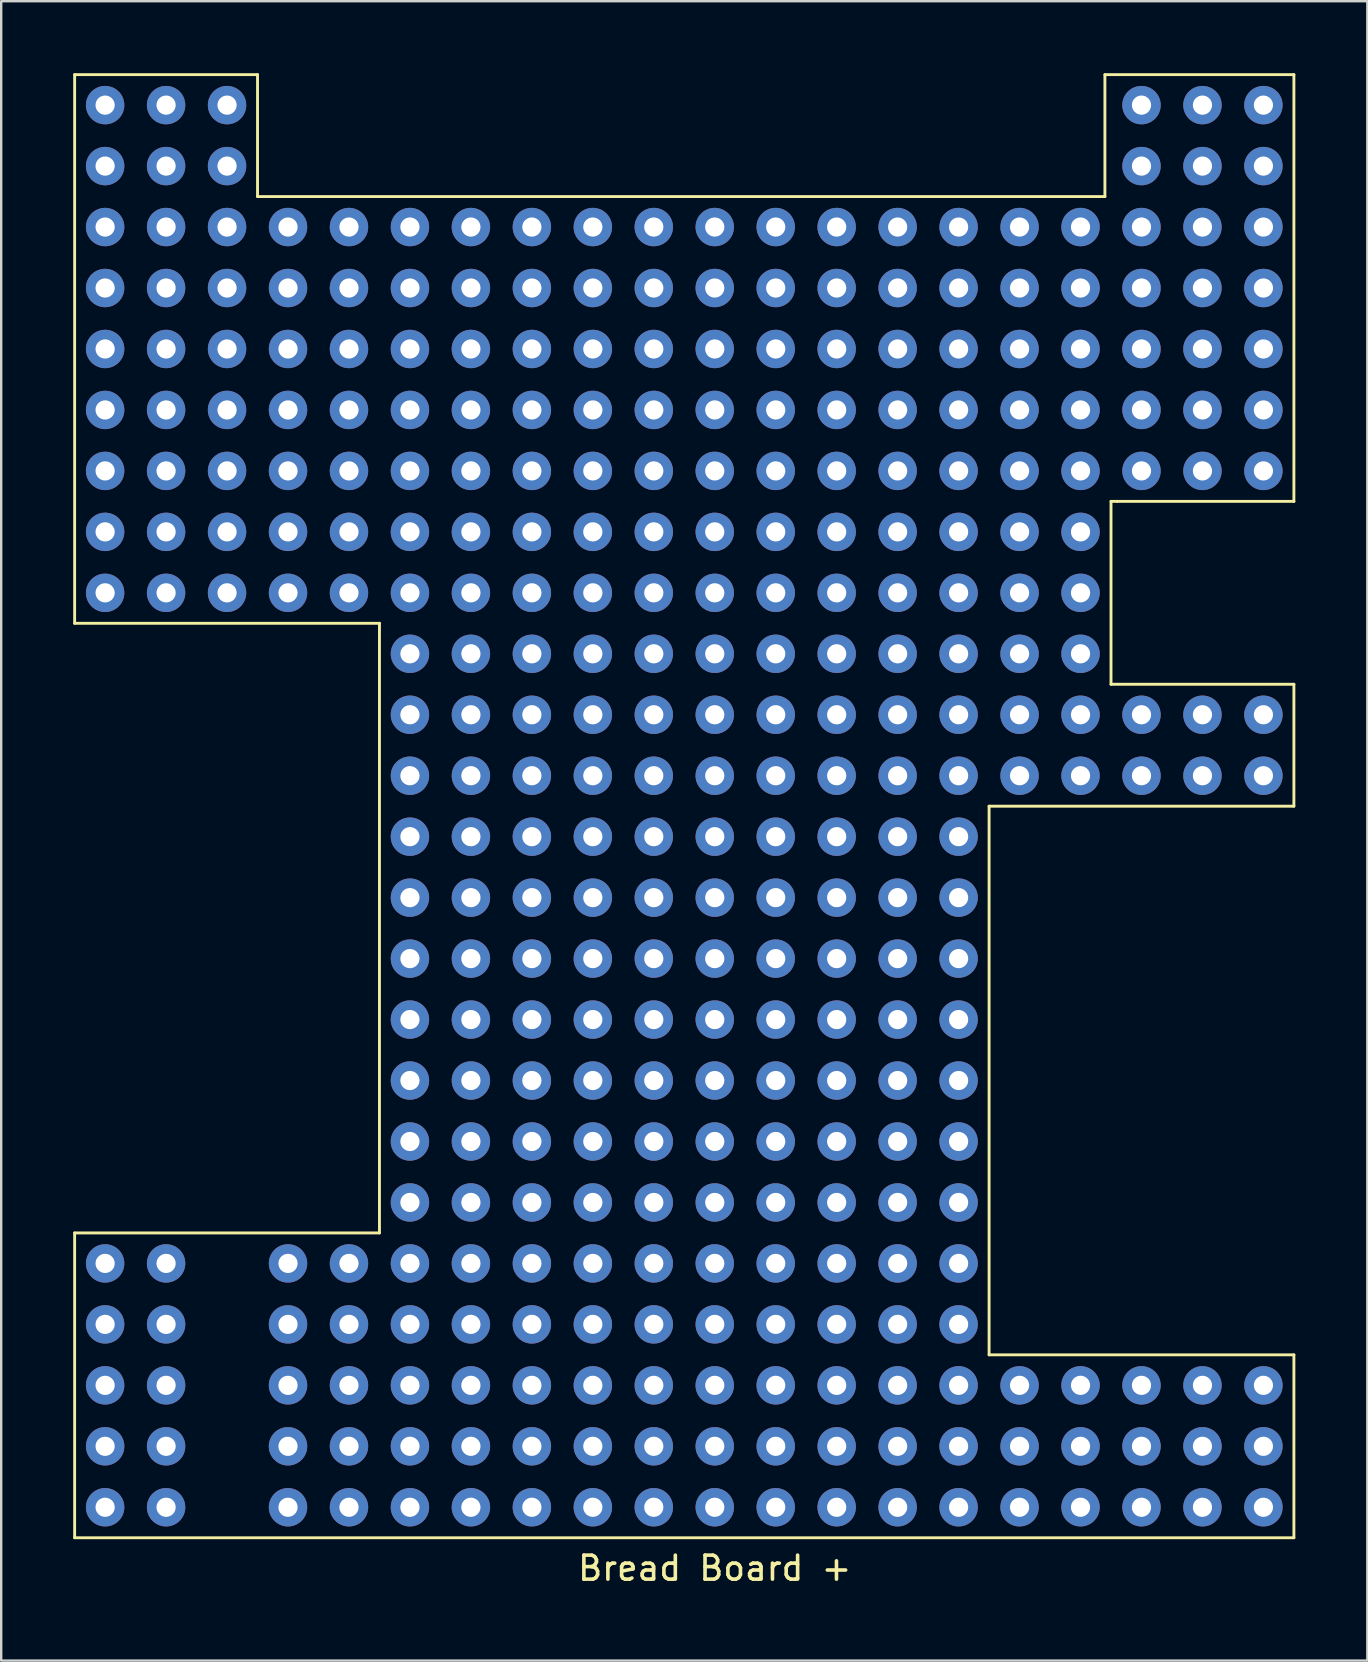
<source format=kicad_pcb>
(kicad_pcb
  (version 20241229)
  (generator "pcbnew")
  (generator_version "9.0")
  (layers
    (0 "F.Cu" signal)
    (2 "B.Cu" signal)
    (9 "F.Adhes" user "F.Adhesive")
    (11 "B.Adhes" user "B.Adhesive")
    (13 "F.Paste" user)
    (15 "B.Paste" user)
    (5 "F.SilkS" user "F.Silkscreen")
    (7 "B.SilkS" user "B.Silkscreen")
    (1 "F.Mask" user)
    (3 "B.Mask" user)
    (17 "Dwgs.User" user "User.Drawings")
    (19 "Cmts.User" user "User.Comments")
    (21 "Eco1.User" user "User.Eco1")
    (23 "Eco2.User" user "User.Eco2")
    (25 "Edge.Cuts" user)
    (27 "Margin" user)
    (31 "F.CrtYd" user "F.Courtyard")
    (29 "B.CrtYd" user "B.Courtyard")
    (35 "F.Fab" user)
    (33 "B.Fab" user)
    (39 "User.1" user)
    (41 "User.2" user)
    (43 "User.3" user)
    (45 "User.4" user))
  (footprint "Bread Board +"
    (layer "F.Cu")
    (at 26.73 34.35)
    (property "Reference" "Bread Board +" (at 0 27.94 0) (layer "F.SilkS") (effects (font (size 1 1) (thickness 0.15))))
    (attr through_hole)
    (fp_line (start -26.67 -34.29) (end -26.67 -11.43) (stroke (width 0.12) (type solid)) (layer "F.SilkS"))
    (fp_line (start -26.67 -11.43) (end -13.97 -11.43) (stroke (width 0.12) (type solid)) (layer "F.SilkS"))
    (fp_line (start -26.67 26.67) (end -26.67 13.97) (stroke (width 0.12) (type solid)) (layer "F.SilkS"))
    (fp_line (start -19.05 -34.29) (end -26.67 -34.29) (stroke (width 0.12) (type solid)) (layer "F.SilkS"))
    (fp_line (start -19.05 -34.29) (end -19.05 -29.21) (stroke (width 0.12) (type solid)) (layer "F.SilkS"))
    (fp_line (start -19.05 -29.21) (end 16.256 -29.21) (stroke (width 0.12) (type solid)) (layer "F.SilkS"))
    (fp_line (start -13.97 -11.43) (end -13.97 13.97) (stroke (width 0.12) (type solid)) (layer "F.SilkS"))
    (fp_line (start -13.97 13.97) (end -26.67 13.97) (stroke (width 0.12) (type solid)) (layer "F.SilkS"))
    (fp_line (start 11.43 -3.81) (end 11.43 19.05) (stroke (width 0.12) (type solid)) (layer "F.SilkS"))
    (fp_line (start 11.43 19.05) (end 24.13 19.05) (stroke (width 0.12) (type solid)) (layer "F.SilkS"))
    (fp_line (start 16.256 -34.29) (end 24.13 -34.29) (stroke (width 0.12) (type solid)) (layer "F.SilkS"))
    (fp_line (start 16.256 -29.21) (end 16.256 -34.29) (stroke (width 0.12) (type solid)) (layer "F.SilkS"))
    (fp_line (start 16.51 -16.51) (end 16.51 -8.89) (stroke (width 0.12) (type solid)) (layer "F.SilkS"))
    (fp_line (start 16.51 -8.89) (end 24.13 -8.89) (stroke (width 0.12) (type solid)) (layer "F.SilkS"))
    (fp_line (start 16.764 -16.51) (end 16.51 -16.51) (stroke (width 0.12) (type solid)) (layer "F.SilkS"))
    (fp_line (start 24.13 -16.51) (end 16.764 -16.51) (stroke (width 0.12) (type solid)) (layer "F.SilkS"))
    (fp_line (start 24.13 -16.51) (end 24.13 -34.29) (stroke (width 0.12) (type solid)) (layer "F.SilkS"))
    (fp_line (start 24.13 -8.89) (end 24.13 -3.81) (stroke (width 0.12) (type solid)) (layer "F.SilkS"))
    (fp_line (start 24.13 -3.81) (end 11.43 -3.81) (stroke (width 0.12) (type solid)) (layer "F.SilkS"))
    (fp_line (start 24.13 19.05) (end 24.13 26.67) (stroke (width 0.12) (type solid)) (layer "F.SilkS"))
    (fp_line (start 24.13 26.67) (end -26.67 26.67) (stroke (width 0.12) (type solid)) (layer "F.SilkS"))
    (pad "1" thru_hole circle (at -25.4 25.4) (size 1.6 1.6) (drill 0.8) (layers "*.Cu" "*.Mask"))
    (pad "2" thru_hole circle (at -25.4 22.86) (size 1.6 1.6) (drill 0.8) (layers "*.Cu" "*.Mask"))
    (pad "3" thru_hole circle (at -25.4 20.32) (size 1.6 1.6) (drill 0.8) (layers "*.Cu" "*.Mask"))
    (pad "4" thru_hole circle (at -25.4 17.78) (size 1.6 1.6) (drill 0.8) (layers "*.Cu" "*.Mask"))
    (pad "5" thru_hole circle (at -25.4 15.24) (size 1.6 1.6) (drill 0.8) (layers "*.Cu" "*.Mask"))
    (pad "16" thru_hole circle (at -25.4 -12.7) (size 1.6 1.6) (drill 0.8) (layers "*.Cu" "*.Mask"))
    (pad "17" thru_hole circle (at -25.4 -15.24) (size 1.6 1.6) (drill 0.8) (layers "*.Cu" "*.Mask"))
    (pad "18" thru_hole circle (at -25.4 -17.78) (size 1.6 1.6) (drill 0.8) (layers "*.Cu" "*.Mask"))
    (pad "19" thru_hole circle (at -25.4 -20.32) (size 1.6 1.6) (drill 0.8) (layers "*.Cu" "*.Mask"))
    (pad "20" thru_hole circle (at -25.4 -22.86) (size 1.6 1.6) (drill 0.8) (layers "*.Cu" "*.Mask"))
    (pad "21" thru_hole circle (at -25.4 -25.4) (size 1.6 1.6) (drill 0.8) (layers "*.Cu" "*.Mask"))
    (pad "22" thru_hole circle (at -25.4 -27.94) (size 1.6 1.6) (drill 0.8) (layers "*.Cu" "*.Mask"))
    (pad "23" thru_hole circle (at -25.4 -30.48) (size 1.6 1.6) (drill 0.8) (layers "*.Cu" "*.Mask"))
    (pad "24" thru_hole circle (at -25.4 -33.02) (size 1.6 1.6) (drill 0.8) (layers "*.Cu" "*.Mask"))
    (pad "31" thru_hole circle (at -22.86 -33.02) (size 1.6 1.6) (drill 0.8) (layers "*.Cu" "*.Mask"))
    (pad "32" thru_hole circle (at -22.86 -30.48) (size 1.6 1.6) (drill 0.8) (layers "*.Cu" "*.Mask"))
    (pad "33" thru_hole circle (at -22.86 -27.94) (size 1.6 1.6) (drill 0.8) (layers "*.Cu" "*.Mask"))
    (pad "34" thru_hole circle (at -22.86 -25.4) (size 1.6 1.6) (drill 0.8) (layers "*.Cu" "*.Mask"))
    (pad "35" thru_hole circle (at -22.86 -22.86) (size 1.6 1.6) (drill 0.8) (layers "*.Cu" "*.Mask"))
    (pad "36" thru_hole circle (at -22.86 -20.32) (size 1.6 1.6) (drill 0.8) (layers "*.Cu" "*.Mask"))
    (pad "37" thru_hole circle (at -22.86 -17.78) (size 1.6 1.6) (drill 0.8) (layers "*.Cu" "*.Mask"))
    (pad "38" thru_hole circle (at -22.86 -15.24) (size 1.6 1.6) (drill 0.8) (layers "*.Cu" "*.Mask"))
    (pad "39" thru_hole circle (at -22.86 -12.7) (size 1.6 1.6) (drill 0.8) (layers "*.Cu" "*.Mask"))
    (pad "50" thru_hole circle (at -22.86 15.24) (size 1.6 1.6) (drill 0.8) (layers "*.Cu" "*.Mask"))
    (pad "51" thru_hole circle (at -22.86 17.78) (size 1.6 1.6) (drill 0.8) (layers "*.Cu" "*.Mask"))
    (pad "52" thru_hole circle (at -22.86 20.32) (size 1.6 1.6) (drill 0.8) (layers "*.Cu" "*.Mask"))
    (pad "53" thru_hole circle (at -22.86 22.86) (size 1.6 1.6) (drill 0.8) (layers "*.Cu" "*.Mask"))
    (pad "54" thru_hole circle (at -22.86 25.4) (size 1.6 1.6) (drill 0.8) (layers "*.Cu" "*.Mask"))
    (pad "70" thru_hole circle (at -20.32 -12.7) (size 1.6 1.6) (drill 0.8) (layers "*.Cu" "*.Mask"))
    (pad "71" thru_hole circle (at -20.32 -15.24) (size 1.6 1.6) (drill 0.8) (layers "*.Cu" "*.Mask"))
    (pad "72" thru_hole circle (at -20.32 -17.78) (size 1.6 1.6) (drill 0.8) (layers "*.Cu" "*.Mask"))
    (pad "73" thru_hole circle (at -20.32 -20.32) (size 1.6 1.6) (drill 0.8) (layers "*.Cu" "*.Mask"))
    (pad "74" thru_hole circle (at -20.32 -22.86) (size 1.6 1.6) (drill 0.8) (layers "*.Cu" "*.Mask"))
    (pad "75" thru_hole circle (at -20.32 -25.4) (size 1.6 1.6) (drill 0.8) (layers "*.Cu" "*.Mask"))
    (pad "76" thru_hole circle (at -20.32 -27.94) (size 1.6 1.6) (drill 0.8) (layers "*.Cu" "*.Mask"))
    (pad "77" thru_hole circle (at -20.32 -30.48) (size 1.6 1.6) (drill 0.8) (layers "*.Cu" "*.Mask"))
    (pad "78" thru_hole circle (at -20.32 -33.02) (size 1.6 1.6) (drill 0.8) (layers "*.Cu" "*.Mask"))
    (pad "87" thru_hole circle (at -17.78 -27.94) (size 1.6 1.6) (drill 0.8) (layers "*.Cu" "*.Mask"))
    (pad "88" thru_hole circle (at -17.78 -25.4) (size 1.6 1.6) (drill 0.8) (layers "*.Cu" "*.Mask"))
    (pad "89" thru_hole circle (at -17.78 -22.86) (size 1.6 1.6) (drill 0.8) (layers "*.Cu" "*.Mask"))
    (pad "90" thru_hole circle (at -17.78 -20.32) (size 1.6 1.6) (drill 0.8) (layers "*.Cu" "*.Mask"))
    (pad "91" thru_hole circle (at -17.78 -17.78) (size 1.6 1.6) (drill 0.8) (layers "*.Cu" "*.Mask"))
    (pad "92" thru_hole circle (at -17.78 -15.24) (size 1.6 1.6) (drill 0.8) (layers "*.Cu" "*.Mask"))
    (pad "93" thru_hole circle (at -17.78 -12.7) (size 1.6 1.6) (drill 0.8) (layers "*.Cu" "*.Mask"))
    (pad "104" thru_hole circle (at -17.78 15.24) (size 1.6 1.6) (drill 0.8) (layers "*.Cu" "*.Mask"))
    (pad "105" thru_hole circle (at -17.78 17.78) (size 1.6 1.6) (drill 0.8) (layers "*.Cu" "*.Mask"))
    (pad "106" thru_hole circle (at -17.78 20.32) (size 1.6 1.6) (drill 0.8) (layers "*.Cu" "*.Mask"))
    (pad "107" thru_hole circle (at -17.78 22.86) (size 1.6 1.6) (drill 0.8) (layers "*.Cu" "*.Mask"))
    (pad "108" thru_hole circle (at -17.78 25.4) (size 1.6 1.6) (drill 0.8) (layers "*.Cu" "*.Mask"))
    (pad "109" thru_hole circle (at -15.24 25.4) (size 1.6 1.6) (drill 0.8) (layers "*.Cu" "*.Mask"))
    (pad "110" thru_hole circle (at -15.24 22.86) (size 1.6 1.6) (drill 0.8) (layers "*.Cu" "*.Mask"))
    (pad "111" thru_hole circle (at -15.24 20.32) (size 1.6 1.6) (drill 0.8) (layers "*.Cu" "*.Mask"))
    (pad "112" thru_hole circle (at -15.24 17.78) (size 1.6 1.6) (drill 0.8) (layers "*.Cu" "*.Mask"))
    (pad "113" thru_hole circle (at -15.24 15.24) (size 1.6 1.6) (drill 0.8) (layers "*.Cu" "*.Mask"))
    (pad "124" thru_hole circle (at -15.24 -12.7) (size 1.6 1.6) (drill 0.8) (layers "*.Cu" "*.Mask"))
    (pad "125" thru_hole circle (at -15.24 -15.24) (size 1.6 1.6) (drill 0.8) (layers "*.Cu" "*.Mask"))
    (pad "126" thru_hole circle (at -15.24 -17.78) (size 1.6 1.6) (drill 0.8) (layers "*.Cu" "*.Mask"))
    (pad "127" thru_hole circle (at -15.24 -20.32) (size 1.6 1.6) (drill 0.8) (layers "*.Cu" "*.Mask"))
    (pad "128" thru_hole circle (at -15.24 -22.86) (size 1.6 1.6) (drill 0.8) (layers "*.Cu" "*.Mask"))
    (pad "129" thru_hole circle (at -15.24 -25.4) (size 1.6 1.6) (drill 0.8) (layers "*.Cu" "*.Mask"))
    (pad "130" thru_hole circle (at -15.24 -27.94) (size 1.6 1.6) (drill 0.8) (layers "*.Cu" "*.Mask"))
    (pad "141" thru_hole circle (at -12.7 -27.94) (size 1.6 1.6) (drill 0.8) (layers "*.Cu" "*.Mask"))
    (pad "142" thru_hole circle (at -12.7 -25.4) (size 1.6 1.6) (drill 0.8) (layers "*.Cu" "*.Mask"))
    (pad "143" thru_hole circle (at -12.7 -22.86) (size 1.6 1.6) (drill 0.8) (layers "*.Cu" "*.Mask"))
    (pad "144" thru_hole circle (at -12.7 -20.32) (size 1.6 1.6) (drill 0.8) (layers "*.Cu" "*.Mask"))
    (pad "145" thru_hole circle (at -12.7 -17.78) (size 1.6 1.6) (drill 0.8) (layers "*.Cu" "*.Mask"))
    (pad "146" thru_hole circle (at -12.7 -15.24) (size 1.6 1.6) (drill 0.8) (layers "*.Cu" "*.Mask"))
    (pad "147" thru_hole circle (at -12.7 -12.7) (size 1.6 1.6) (drill 0.8) (layers "*.Cu" "*.Mask"))
    (pad "148" thru_hole circle (at -12.7 -10.16) (size 1.6 1.6) (drill 0.8) (layers "*.Cu" "*.Mask"))
    (pad "149" thru_hole circle (at -12.7 -7.62) (size 1.6 1.6) (drill 0.8) (layers "*.Cu" "*.Mask"))
    (pad "150" thru_hole circle (at -12.7 -5.08) (size 1.6 1.6) (drill 0.8) (layers "*.Cu" "*.Mask"))
    (pad "151" thru_hole circle (at -12.7 -2.54) (size 1.6 1.6) (drill 0.8) (layers "*.Cu" "*.Mask"))
    (pad "152" thru_hole circle (at -12.7 0) (size 1.6 1.6) (drill 0.8) (layers "*.Cu" "*.Mask"))
    (pad "153" thru_hole circle (at -12.7 2.54) (size 1.6 1.6) (drill 0.8) (layers "*.Cu" "*.Mask"))
    (pad "154" thru_hole circle (at -12.7 5.08) (size 1.6 1.6) (drill 0.8) (layers "*.Cu" "*.Mask"))
    (pad "155" thru_hole circle (at -12.7 7.62) (size 1.6 1.6) (drill 0.8) (layers "*.Cu" "*.Mask"))
    (pad "156" thru_hole circle (at -12.7 10.16) (size 1.6 1.6) (drill 0.8) (layers "*.Cu" "*.Mask"))
    (pad "157" thru_hole circle (at -12.7 12.7) (size 1.6 1.6) (drill 0.8) (layers "*.Cu" "*.Mask"))
    (pad "158" thru_hole circle (at -12.7 15.24) (size 1.6 1.6) (drill 0.8) (layers "*.Cu" "*.Mask"))
    (pad "159" thru_hole circle (at -12.7 17.78) (size 1.6 1.6) (drill 0.8) (layers "*.Cu" "*.Mask"))
    (pad "160" thru_hole circle (at -12.7 20.32) (size 1.6 1.6) (drill 0.8) (layers "*.Cu" "*.Mask"))
    (pad "161" thru_hole circle (at -12.7 22.86) (size 1.6 1.6) (drill 0.8) (layers "*.Cu" "*.Mask"))
    (pad "162" thru_hole circle (at -12.7 25.4) (size 1.6 1.6) (drill 0.8) (layers "*.Cu" "*.Mask"))
    (pad "163" thru_hole circle (at -10.16 25.4) (size 1.6 1.6) (drill 0.8) (layers "*.Cu" "*.Mask"))
    (pad "164" thru_hole circle (at -10.16 22.86) (size 1.6 1.6) (drill 0.8) (layers "*.Cu" "*.Mask"))
    (pad "165" thru_hole circle (at -10.16 20.32) (size 1.6 1.6) (drill 0.8) (layers "*.Cu" "*.Mask"))
    (pad "166" thru_hole circle (at -10.16 17.78) (size 1.6 1.6) (drill 0.8) (layers "*.Cu" "*.Mask"))
    (pad "167" thru_hole circle (at -10.16 15.24) (size 1.6 1.6) (drill 0.8) (layers "*.Cu" "*.Mask"))
    (pad "168" thru_hole circle (at -10.16 12.7) (size 1.6 1.6) (drill 0.8) (layers "*.Cu" "*.Mask"))
    (pad "169" thru_hole circle (at -10.16 10.16) (size 1.6 1.6) (drill 0.8) (layers "*.Cu" "*.Mask"))
    (pad "170" thru_hole circle (at -10.16 7.62) (size 1.6 1.6) (drill 0.8) (layers "*.Cu" "*.Mask"))
    (pad "171" thru_hole circle (at -10.16 5.08) (size 1.6 1.6) (drill 0.8) (layers "*.Cu" "*.Mask"))
    (pad "172" thru_hole circle (at -10.16 2.54) (size 1.6 1.6) (drill 0.8) (layers "*.Cu" "*.Mask"))
    (pad "173" thru_hole circle (at -10.16 0) (size 1.6 1.6) (drill 0.8) (layers "*.Cu" "*.Mask"))
    (pad "174" thru_hole circle (at -10.16 -2.54) (size 1.6 1.6) (drill 0.8) (layers "*.Cu" "*.Mask"))
    (pad "175" thru_hole circle (at -10.16 -5.08) (size 1.6 1.6) (drill 0.8) (layers "*.Cu" "*.Mask"))
    (pad "176" thru_hole circle (at -10.16 -7.62) (size 1.6 1.6) (drill 0.8) (layers "*.Cu" "*.Mask"))
    (pad "177" thru_hole circle (at -10.16 -10.16) (size 1.6 1.6) (drill 0.8) (layers "*.Cu" "*.Mask"))
    (pad "178" thru_hole circle (at -10.16 -12.7) (size 1.6 1.6) (drill 0.8) (layers "*.Cu" "*.Mask"))
    (pad "179" thru_hole circle (at -10.16 -15.24) (size 1.6 1.6) (drill 0.8) (layers "*.Cu" "*.Mask"))
    (pad "180" thru_hole circle (at -10.16 -17.78) (size 1.6 1.6) (drill 0.8) (layers "*.Cu" "*.Mask"))
    (pad "181" thru_hole circle (at -10.16 -20.32) (size 1.6 1.6) (drill 0.8) (layers "*.Cu" "*.Mask"))
    (pad "182" thru_hole circle (at -10.16 -22.86) (size 1.6 1.6) (drill 0.8) (layers "*.Cu" "*.Mask"))
    (pad "183" thru_hole circle (at -10.16 -25.4) (size 1.6 1.6) (drill 0.8) (layers "*.Cu" "*.Mask"))
    (pad "184" thru_hole circle (at -10.16 -27.94) (size 1.6 1.6) (drill 0.8) (layers "*.Cu" "*.Mask"))
    (pad "195" thru_hole circle (at -7.62 -27.94) (size 1.6 1.6) (drill 0.8) (layers "*.Cu" "*.Mask"))
    (pad "196" thru_hole circle (at -7.62 -25.4) (size 1.6 1.6) (drill 0.8) (layers "*.Cu" "*.Mask"))
    (pad "197" thru_hole circle (at -7.62 -22.86) (size 1.6 1.6) (drill 0.8) (layers "*.Cu" "*.Mask"))
    (pad "198" thru_hole circle (at -7.62 -20.32) (size 1.6 1.6) (drill 0.8) (layers "*.Cu" "*.Mask"))
    (pad "199" thru_hole circle (at -7.62 -17.78) (size 1.6 1.6) (drill 0.8) (layers "*.Cu" "*.Mask"))
    (pad "200" thru_hole circle (at -7.62 -15.24) (size 1.6 1.6) (drill 0.8) (layers "*.Cu" "*.Mask"))
    (pad "201" thru_hole circle (at -7.62 -12.7) (size 1.6 1.6) (drill 0.8) (layers "*.Cu" "*.Mask"))
    (pad "202" thru_hole circle (at -7.62 -10.16) (size 1.6 1.6) (drill 0.8) (layers "*.Cu" "*.Mask"))
    (pad "203" thru_hole circle (at -7.62 -7.62) (size 1.6 1.6) (drill 0.8) (layers "*.Cu" "*.Mask"))
    (pad "204" thru_hole circle (at -7.62 -5.08) (size 1.6 1.6) (drill 0.8) (layers "*.Cu" "*.Mask"))
    (pad "205" thru_hole circle (at -7.62 -2.54) (size 1.6 1.6) (drill 0.8) (layers "*.Cu" "*.Mask"))
    (pad "206" thru_hole circle (at -7.62 0) (size 1.6 1.6) (drill 0.8) (layers "*.Cu" "*.Mask"))
    (pad "207" thru_hole circle (at -7.62 2.54) (size 1.6 1.6) (drill 0.8) (layers "*.Cu" "*.Mask"))
    (pad "208" thru_hole circle (at -7.62 5.08) (size 1.6 1.6) (drill 0.8) (layers "*.Cu" "*.Mask"))
    (pad "209" thru_hole circle (at -7.62 7.62) (size 1.6 1.6) (drill 0.8) (layers "*.Cu" "*.Mask"))
    (pad "210" thru_hole circle (at -7.62 10.16) (size 1.6 1.6) (drill 0.8) (layers "*.Cu" "*.Mask"))
    (pad "211" thru_hole circle (at -7.62 12.7) (size 1.6 1.6) (drill 0.8) (layers "*.Cu" "*.Mask"))
    (pad "212" thru_hole circle (at -7.62 15.24) (size 1.6 1.6) (drill 0.8) (layers "*.Cu" "*.Mask"))
    (pad "213" thru_hole circle (at -7.62 17.78) (size 1.6 1.6) (drill 0.8) (layers "*.Cu" "*.Mask"))
    (pad "214" thru_hole circle (at -7.62 20.32) (size 1.6 1.6) (drill 0.8) (layers "*.Cu" "*.Mask"))
    (pad "215" thru_hole circle (at -7.62 22.86) (size 1.6 1.6) (drill 0.8) (layers "*.Cu" "*.Mask"))
    (pad "216" thru_hole circle (at -7.62 25.4) (size 1.6 1.6) (drill 0.8) (layers "*.Cu" "*.Mask"))
    (pad "217" thru_hole circle (at -5.08 25.4) (size 1.6 1.6) (drill 0.8) (layers "*.Cu" "*.Mask"))
    (pad "218" thru_hole circle (at -5.08 22.86) (size 1.6 1.6) (drill 0.8) (layers "*.Cu" "*.Mask"))
    (pad "219" thru_hole circle (at -5.08 20.32) (size 1.6 1.6) (drill 0.8) (layers "*.Cu" "*.Mask"))
    (pad "220" thru_hole circle (at -5.08 17.78) (size 1.6 1.6) (drill 0.8) (layers "*.Cu" "*.Mask"))
    (pad "221" thru_hole circle (at -5.08 15.24) (size 1.6 1.6) (drill 0.8) (layers "*.Cu" "*.Mask"))
    (pad "222" thru_hole circle (at -5.08 12.7) (size 1.6 1.6) (drill 0.8) (layers "*.Cu" "*.Mask"))
    (pad "223" thru_hole circle (at -5.08 10.16) (size 1.6 1.6) (drill 0.8) (layers "*.Cu" "*.Mask"))
    (pad "224" thru_hole circle (at -5.08 7.62) (size 1.6 1.6) (drill 0.8) (layers "*.Cu" "*.Mask"))
    (pad "225" thru_hole circle (at -5.08 5.08) (size 1.6 1.6) (drill 0.8) (layers "*.Cu" "*.Mask"))
    (pad "226" thru_hole circle (at -5.08 2.54) (size 1.6 1.6) (drill 0.8) (layers "*.Cu" "*.Mask"))
    (pad "227" thru_hole circle (at -5.08 0) (size 1.6 1.6) (drill 0.8) (layers "*.Cu" "*.Mask"))
    (pad "228" thru_hole circle (at -5.08 -2.54) (size 1.6 1.6) (drill 0.8) (layers "*.Cu" "*.Mask"))
    (pad "229" thru_hole circle (at -5.08 -5.08) (size 1.6 1.6) (drill 0.8) (layers "*.Cu" "*.Mask"))
    (pad "230" thru_hole circle (at -5.08 -7.62) (size 1.6 1.6) (drill 0.8) (layers "*.Cu" "*.Mask"))
    (pad "231" thru_hole circle (at -5.08 -10.16) (size 1.6 1.6) (drill 0.8) (layers "*.Cu" "*.Mask"))
    (pad "232" thru_hole circle (at -5.08 -12.7) (size 1.6 1.6) (drill 0.8) (layers "*.Cu" "*.Mask"))
    (pad "233" thru_hole circle (at -5.08 -15.24) (size 1.6 1.6) (drill 0.8) (layers "*.Cu" "*.Mask"))
    (pad "234" thru_hole circle (at -5.08 -17.78) (size 1.6 1.6) (drill 0.8) (layers "*.Cu" "*.Mask"))
    (pad "235" thru_hole circle (at -5.08 -20.32) (size 1.6 1.6) (drill 0.8) (layers "*.Cu" "*.Mask"))
    (pad "236" thru_hole circle (at -5.08 -22.86) (size 1.6 1.6) (drill 0.8) (layers "*.Cu" "*.Mask"))
    (pad "237" thru_hole circle (at -5.08 -25.4) (size 1.6 1.6) (drill 0.8) (layers "*.Cu" "*.Mask"))
    (pad "238" thru_hole circle (at -5.08 -27.94) (size 1.6 1.6) (drill 0.8) (layers "*.Cu" "*.Mask"))
    (pad "249" thru_hole circle (at -2.54 -27.94) (size 1.6 1.6) (drill 0.8) (layers "*.Cu" "*.Mask"))
    (pad "250" thru_hole circle (at -2.54 -25.4) (size 1.6 1.6) (drill 0.8) (layers "*.Cu" "*.Mask"))
    (pad "251" thru_hole circle (at -2.54 -22.86) (size 1.6 1.6) (drill 0.8) (layers "*.Cu" "*.Mask"))
    (pad "252" thru_hole circle (at -2.54 -20.32) (size 1.6 1.6) (drill 0.8) (layers "*.Cu" "*.Mask"))
    (pad "253" thru_hole circle (at -2.54 -17.78) (size 1.6 1.6) (drill 0.8) (layers "*.Cu" "*.Mask"))
    (pad "254" thru_hole circle (at -2.54 -15.24) (size 1.6 1.6) (drill 0.8) (layers "*.Cu" "*.Mask"))
    (pad "255" thru_hole circle (at -2.54 -12.7) (size 1.6 1.6) (drill 0.8) (layers "*.Cu" "*.Mask"))
    (pad "256" thru_hole circle (at -2.54 -10.16) (size 1.6 1.6) (drill 0.8) (layers "*.Cu" "*.Mask"))
    (pad "257" thru_hole circle (at -2.54 -7.62) (size 1.6 1.6) (drill 0.8) (layers "*.Cu" "*.Mask"))
    (pad "258" thru_hole circle (at -2.54 -5.08) (size 1.6 1.6) (drill 0.8) (layers "*.Cu" "*.Mask"))
    (pad "259" thru_hole circle (at -2.54 -2.54) (size 1.6 1.6) (drill 0.8) (layers "*.Cu" "*.Mask"))
    (pad "260" thru_hole circle (at -2.54 0) (size 1.6 1.6) (drill 0.8) (layers "*.Cu" "*.Mask"))
    (pad "261" thru_hole circle (at -2.54 2.54) (size 1.6 1.6) (drill 0.8) (layers "*.Cu" "*.Mask"))
    (pad "262" thru_hole circle (at -2.54 5.08) (size 1.6 1.6) (drill 0.8) (layers "*.Cu" "*.Mask"))
    (pad "263" thru_hole circle (at -2.54 7.62) (size 1.6 1.6) (drill 0.8) (layers "*.Cu" "*.Mask"))
    (pad "264" thru_hole circle (at -2.54 10.16) (size 1.6 1.6) (drill 0.8) (layers "*.Cu" "*.Mask"))
    (pad "265" thru_hole circle (at -2.54 12.7) (size 1.6 1.6) (drill 0.8) (layers "*.Cu" "*.Mask"))
    (pad "266" thru_hole circle (at -2.54 15.24) (size 1.6 1.6) (drill 0.8) (layers "*.Cu" "*.Mask"))
    (pad "267" thru_hole circle (at -2.54 17.78) (size 1.6 1.6) (drill 0.8) (layers "*.Cu" "*.Mask"))
    (pad "268" thru_hole circle (at -2.54 20.32) (size 1.6 1.6) (drill 0.8) (layers "*.Cu" "*.Mask"))
    (pad "269" thru_hole circle (at -2.54 22.86) (size 1.6 1.6) (drill 0.8) (layers "*.Cu" "*.Mask"))
    (pad "270" thru_hole circle (at -2.54 25.4) (size 1.6 1.6) (drill 0.8) (layers "*.Cu" "*.Mask"))
    (pad "271" thru_hole circle (at 0 25.4) (size 1.6 1.6) (drill 0.8) (layers "*.Cu" "*.Mask"))
    (pad "272" thru_hole circle (at 0 22.86) (size 1.6 1.6) (drill 0.8) (layers "*.Cu" "*.Mask"))
    (pad "273" thru_hole circle (at 0 20.32) (size 1.6 1.6) (drill 0.8) (layers "*.Cu" "*.Mask"))
    (pad "274" thru_hole circle (at 0 17.78) (size 1.6 1.6) (drill 0.8) (layers "*.Cu" "*.Mask"))
    (pad "275" thru_hole circle (at 0 15.24) (size 1.6 1.6) (drill 0.8) (layers "*.Cu" "*.Mask"))
    (pad "276" thru_hole circle (at 0 12.7) (size 1.6 1.6) (drill 0.8) (layers "*.Cu" "*.Mask"))
    (pad "277" thru_hole circle (at 0 10.16) (size 1.6 1.6) (drill 0.8) (layers "*.Cu" "*.Mask"))
    (pad "278" thru_hole circle (at 0 7.62) (size 1.6 1.6) (drill 0.8) (layers "*.Cu" "*.Mask"))
    (pad "279" thru_hole circle (at 0 5.08) (size 1.6 1.6) (drill 0.8) (layers "*.Cu" "*.Mask"))
    (pad "280" thru_hole circle (at 0 2.54) (size 1.6 1.6) (drill 0.8) (layers "*.Cu" "*.Mask"))
    (pad "281" thru_hole circle (at 0 0) (size 1.6 1.6) (drill 0.8) (layers "*.Cu" "*.Mask"))
    (pad "282" thru_hole circle (at 0 -2.54) (size 1.6 1.6) (drill 0.8) (layers "*.Cu" "*.Mask"))
    (pad "283" thru_hole circle (at 0 -5.08) (size 1.6 1.6) (drill 0.8) (layers "*.Cu" "*.Mask"))
    (pad "284" thru_hole circle (at 0 -7.62) (size 1.6 1.6) (drill 0.8) (layers "*.Cu" "*.Mask"))
    (pad "285" thru_hole circle (at 0 -10.16) (size 1.6 1.6) (drill 0.8) (layers "*.Cu" "*.Mask"))
    (pad "286" thru_hole circle (at 0 -12.7) (size 1.6 1.6) (drill 0.8) (layers "*.Cu" "*.Mask"))
    (pad "287" thru_hole circle (at 0 -15.24) (size 1.6 1.6) (drill 0.8) (layers "*.Cu" "*.Mask"))
    (pad "288" thru_hole circle (at 0 -17.78) (size 1.6 1.6) (drill 0.8) (layers "*.Cu" "*.Mask"))
    (pad "289" thru_hole circle (at 0 -20.32) (size 1.6 1.6) (drill 0.8) (layers "*.Cu" "*.Mask"))
    (pad "290" thru_hole circle (at 0 -22.86) (size 1.6 1.6) (drill 0.8) (layers "*.Cu" "*.Mask"))
    (pad "291" thru_hole circle (at 0 -25.4) (size 1.6 1.6) (drill 0.8) (layers "*.Cu" "*.Mask"))
    (pad "292" thru_hole circle (at 0 -27.94) (size 1.6 1.6) (drill 0.8) (layers "*.Cu" "*.Mask"))
    (pad "303" thru_hole circle (at 2.54 -27.94) (size 1.6 1.6) (drill 0.8) (layers "*.Cu" "*.Mask"))
    (pad "304" thru_hole circle (at 2.54 -25.4) (size 1.6 1.6) (drill 0.8) (layers "*.Cu" "*.Mask"))
    (pad "305" thru_hole circle (at 2.54 -22.86) (size 1.6 1.6) (drill 0.8) (layers "*.Cu" "*.Mask"))
    (pad "306" thru_hole circle (at 2.54 -20.32) (size 1.6 1.6) (drill 0.8) (layers "*.Cu" "*.Mask"))
    (pad "307" thru_hole circle (at 2.54 -17.78) (size 1.6 1.6) (drill 0.8) (layers "*.Cu" "*.Mask"))
    (pad "308" thru_hole circle (at 2.54 -15.24) (size 1.6 1.6) (drill 0.8) (layers "*.Cu" "*.Mask"))
    (pad "309" thru_hole circle (at 2.54 -12.7) (size 1.6 1.6) (drill 0.8) (layers "*.Cu" "*.Mask"))
    (pad "310" thru_hole circle (at 2.54 -10.16) (size 1.6 1.6) (drill 0.8) (layers "*.Cu" "*.Mask"))
    (pad "311" thru_hole circle (at 2.54 -7.62) (size 1.6 1.6) (drill 0.8) (layers "*.Cu" "*.Mask"))
    (pad "312" thru_hole circle (at 2.54 -5.08) (size 1.6 1.6) (drill 0.8) (layers "*.Cu" "*.Mask"))
    (pad "313" thru_hole circle (at 2.54 -2.54) (size 1.6 1.6) (drill 0.8) (layers "*.Cu" "*.Mask"))
    (pad "314" thru_hole circle (at 2.54 0) (size 1.6 1.6) (drill 0.8) (layers "*.Cu" "*.Mask"))
    (pad "315" thru_hole circle (at 2.54 2.54) (size 1.6 1.6) (drill 0.8) (layers "*.Cu" "*.Mask"))
    (pad "316" thru_hole circle (at 2.54 5.08) (size 1.6 1.6) (drill 0.8) (layers "*.Cu" "*.Mask"))
    (pad "317" thru_hole circle (at 2.54 7.62) (size 1.6 1.6) (drill 0.8) (layers "*.Cu" "*.Mask"))
    (pad "318" thru_hole circle (at 2.54 10.16) (size 1.6 1.6) (drill 0.8) (layers "*.Cu" "*.Mask"))
    (pad "319" thru_hole circle (at 2.54 12.7) (size 1.6 1.6) (drill 0.8) (layers "*.Cu" "*.Mask"))
    (pad "320" thru_hole circle (at 2.54 15.24) (size 1.6 1.6) (drill 0.8) (layers "*.Cu" "*.Mask"))
    (pad "321" thru_hole circle (at 2.54 17.78) (size 1.6 1.6) (drill 0.8) (layers "*.Cu" "*.Mask"))
    (pad "322" thru_hole circle (at 2.54 20.32) (size 1.6 1.6) (drill 0.8) (layers "*.Cu" "*.Mask"))
    (pad "323" thru_hole circle (at 2.54 22.86) (size 1.6 1.6) (drill 0.8) (layers "*.Cu" "*.Mask"))
    (pad "324" thru_hole circle (at 2.54 25.4) (size 1.6 1.6) (drill 0.8) (layers "*.Cu" "*.Mask"))
    (pad "325" thru_hole circle (at 5.08 25.4) (size 1.6 1.6) (drill 0.8) (layers "*.Cu" "*.Mask"))
    (pad "326" thru_hole circle (at 5.08 22.86) (size 1.6 1.6) (drill 0.8) (layers "*.Cu" "*.Mask"))
    (pad "327" thru_hole circle (at 5.08 20.32) (size 1.6 1.6) (drill 0.8) (layers "*.Cu" "*.Mask"))
    (pad "328" thru_hole circle (at 5.08 17.78) (size 1.6 1.6) (drill 0.8) (layers "*.Cu" "*.Mask"))
    (pad "329" thru_hole circle (at 5.08 15.24) (size 1.6 1.6) (drill 0.8) (layers "*.Cu" "*.Mask"))
    (pad "330" thru_hole circle (at 5.08 12.7) (size 1.6 1.6) (drill 0.8) (layers "*.Cu" "*.Mask"))
    (pad "331" thru_hole circle (at 5.08 10.16) (size 1.6 1.6) (drill 0.8) (layers "*.Cu" "*.Mask"))
    (pad "332" thru_hole circle (at 5.08 7.62) (size 1.6 1.6) (drill 0.8) (layers "*.Cu" "*.Mask"))
    (pad "333" thru_hole circle (at 5.08 5.08) (size 1.6 1.6) (drill 0.8) (layers "*.Cu" "*.Mask"))
    (pad "334" thru_hole circle (at 5.08 2.54) (size 1.6 1.6) (drill 0.8) (layers "*.Cu" "*.Mask"))
    (pad "335" thru_hole circle (at 5.08 0) (size 1.6 1.6) (drill 0.8) (layers "*.Cu" "*.Mask"))
    (pad "336" thru_hole circle (at 5.08 -2.54) (size 1.6 1.6) (drill 0.8) (layers "*.Cu" "*.Mask"))
    (pad "337" thru_hole circle (at 5.08 -5.08) (size 1.6 1.6) (drill 0.8) (layers "*.Cu" "*.Mask"))
    (pad "338" thru_hole circle (at 5.08 -7.62) (size 1.6 1.6) (drill 0.8) (layers "*.Cu" "*.Mask"))
    (pad "339" thru_hole circle (at 5.08 -10.16) (size 1.6 1.6) (drill 0.8) (layers "*.Cu" "*.Mask"))
    (pad "340" thru_hole circle (at 5.08 -12.7) (size 1.6 1.6) (drill 0.8) (layers "*.Cu" "*.Mask"))
    (pad "341" thru_hole circle (at 5.08 -15.24) (size 1.6 1.6) (drill 0.8) (layers "*.Cu" "*.Mask"))
    (pad "342" thru_hole circle (at 5.08 -17.78) (size 1.6 1.6) (drill 0.8) (layers "*.Cu" "*.Mask"))
    (pad "343" thru_hole circle (at 5.08 -20.32) (size 1.6 1.6) (drill 0.8) (layers "*.Cu" "*.Mask"))
    (pad "344" thru_hole circle (at 5.08 -22.86) (size 1.6 1.6) (drill 0.8) (layers "*.Cu" "*.Mask"))
    (pad "345" thru_hole circle (at 5.08 -25.4) (size 1.6 1.6) (drill 0.8) (layers "*.Cu" "*.Mask"))
    (pad "346" thru_hole circle (at 5.08 -27.94) (size 1.6 1.6) (drill 0.8) (layers "*.Cu" "*.Mask"))
    (pad "357" thru_hole circle (at 7.62 -27.94) (size 1.6 1.6) (drill 0.8) (layers "*.Cu" "*.Mask"))
    (pad "358" thru_hole circle (at 7.62 -25.4) (size 1.6 1.6) (drill 0.8) (layers "*.Cu" "*.Mask"))
    (pad "359" thru_hole circle (at 7.62 -22.86) (size 1.6 1.6) (drill 0.8) (layers "*.Cu" "*.Mask"))
    (pad "360" thru_hole circle (at 7.62 -20.32) (size 1.6 1.6) (drill 0.8) (layers "*.Cu" "*.Mask"))
    (pad "361" thru_hole circle (at 7.62 -17.78) (size 1.6 1.6) (drill 0.8) (layers "*.Cu" "*.Mask"))
    (pad "362" thru_hole circle (at 7.62 -15.24) (size 1.6 1.6) (drill 0.8) (layers "*.Cu" "*.Mask"))
    (pad "363" thru_hole circle (at 7.62 -12.7) (size 1.6 1.6) (drill 0.8) (layers "*.Cu" "*.Mask"))
    (pad "364" thru_hole circle (at 7.62 -10.16) (size 1.6 1.6) (drill 0.8) (layers "*.Cu" "*.Mask"))
    (pad "365" thru_hole circle (at 7.62 -7.62) (size 1.6 1.6) (drill 0.8) (layers "*.Cu" "*.Mask"))
    (pad "366" thru_hole circle (at 7.62 -5.08) (size 1.6 1.6) (drill 0.8) (layers "*.Cu" "*.Mask"))
    (pad "367" thru_hole circle (at 7.62 -2.54) (size 1.6 1.6) (drill 0.8) (layers "*.Cu" "*.Mask"))
    (pad "368" thru_hole circle (at 7.62 0) (size 1.6 1.6) (drill 0.8) (layers "*.Cu" "*.Mask"))
    (pad "369" thru_hole circle (at 7.62 2.54) (size 1.6 1.6) (drill 0.8) (layers "*.Cu" "*.Mask"))
    (pad "370" thru_hole circle (at 7.62 5.08) (size 1.6 1.6) (drill 0.8) (layers "*.Cu" "*.Mask"))
    (pad "371" thru_hole circle (at 7.62 7.62) (size 1.6 1.6) (drill 0.8) (layers "*.Cu" "*.Mask"))
    (pad "372" thru_hole circle (at 7.62 10.16) (size 1.6 1.6) (drill 0.8) (layers "*.Cu" "*.Mask"))
    (pad "373" thru_hole circle (at 7.62 12.7) (size 1.6 1.6) (drill 0.8) (layers "*.Cu" "*.Mask"))
    (pad "374" thru_hole circle (at 7.62 15.24) (size 1.6 1.6) (drill 0.8) (layers "*.Cu" "*.Mask"))
    (pad "375" thru_hole circle (at 7.62 17.78) (size 1.6 1.6) (drill 0.8) (layers "*.Cu" "*.Mask"))
    (pad "376" thru_hole circle (at 7.62 20.32) (size 1.6 1.6) (drill 0.8) (layers "*.Cu" "*.Mask"))
    (pad "377" thru_hole circle (at 7.62 22.86) (size 1.6 1.6) (drill 0.8) (layers "*.Cu" "*.Mask"))
    (pad "378" thru_hole circle (at 7.62 25.4) (size 1.6 1.6) (drill 0.8) (layers "*.Cu" "*.Mask"))
    (pad "379" thru_hole circle (at 10.16 25.4) (size 1.6 1.6) (drill 0.8) (layers "*.Cu" "*.Mask"))
    (pad "380" thru_hole circle (at 10.16 22.86) (size 1.6 1.6) (drill 0.8) (layers "*.Cu" "*.Mask"))
    (pad "381" thru_hole circle (at 10.16 20.32) (size 1.6 1.6) (drill 0.8) (layers "*.Cu" "*.Mask"))
    (pad "382" thru_hole circle (at 10.16 17.78) (size 1.6 1.6) (drill 0.8) (layers "*.Cu" "*.Mask"))
    (pad "383" thru_hole circle (at 10.16 15.24) (size 1.6 1.6) (drill 0.8) (layers "*.Cu" "*.Mask"))
    (pad "384" thru_hole circle (at 10.16 12.7) (size 1.6 1.6) (drill 0.8) (layers "*.Cu" "*.Mask"))
    (pad "385" thru_hole circle (at 10.16 10.16) (size 1.6 1.6) (drill 0.8) (layers "*.Cu" "*.Mask"))
    (pad "386" thru_hole circle (at 10.16 7.62) (size 1.6 1.6) (drill 0.8) (layers "*.Cu" "*.Mask"))
    (pad "387" thru_hole circle (at 10.16 5.08) (size 1.6 1.6) (drill 0.8) (layers "*.Cu" "*.Mask"))
    (pad "388" thru_hole circle (at 10.16 2.54) (size 1.6 1.6) (drill 0.8) (layers "*.Cu" "*.Mask"))
    (pad "389" thru_hole circle (at 10.16 0) (size 1.6 1.6) (drill 0.8) (layers "*.Cu" "*.Mask"))
    (pad "390" thru_hole circle (at 10.16 -2.54) (size 1.6 1.6) (drill 0.8) (layers "*.Cu" "*.Mask"))
    (pad "391" thru_hole circle (at 10.16 -5.08) (size 1.6 1.6) (drill 0.8) (layers "*.Cu" "*.Mask"))
    (pad "392" thru_hole circle (at 10.16 -7.62) (size 1.6 1.6) (drill 0.8) (layers "*.Cu" "*.Mask"))
    (pad "393" thru_hole circle (at 10.16 -10.16) (size 1.6 1.6) (drill 0.8) (layers "*.Cu" "*.Mask"))
    (pad "394" thru_hole circle (at 10.16 -12.7) (size 1.6 1.6) (drill 0.8) (layers "*.Cu" "*.Mask"))
    (pad "395" thru_hole circle (at 10.16 -15.24) (size 1.6 1.6) (drill 0.8) (layers "*.Cu" "*.Mask"))
    (pad "396" thru_hole circle (at 10.16 -17.78) (size 1.6 1.6) (drill 0.8) (layers "*.Cu" "*.Mask"))
    (pad "397" thru_hole circle (at 10.16 -20.32) (size 1.6 1.6) (drill 0.8) (layers "*.Cu" "*.Mask"))
    (pad "398" thru_hole circle (at 10.16 -22.86) (size 1.6 1.6) (drill 0.8) (layers "*.Cu" "*.Mask"))
    (pad "399" thru_hole circle (at 10.16 -25.4) (size 1.6 1.6) (drill 0.8) (layers "*.Cu" "*.Mask"))
    (pad "400" thru_hole circle (at 10.16 -27.94) (size 1.6 1.6) (drill 0.8) (layers "*.Cu" "*.Mask"))
    (pad "411" thru_hole circle (at 12.7 -27.94) (size 1.6 1.6) (drill 0.8) (layers "*.Cu" "*.Mask"))
    (pad "412" thru_hole circle (at 12.7 -25.4) (size 1.6 1.6) (drill 0.8) (layers "*.Cu" "*.Mask"))
    (pad "413" thru_hole circle (at 12.7 -22.86) (size 1.6 1.6) (drill 0.8) (layers "*.Cu" "*.Mask"))
    (pad "414" thru_hole circle (at 12.7 -20.32) (size 1.6 1.6) (drill 0.8) (layers "*.Cu" "*.Mask"))
    (pad "415" thru_hole circle (at 12.7 -17.78) (size 1.6 1.6) (drill 0.8) (layers "*.Cu" "*.Mask"))
    (pad "416" thru_hole circle (at 12.7 -15.24) (size 1.6 1.6) (drill 0.8) (layers "*.Cu" "*.Mask"))
    (pad "417" thru_hole circle (at 12.7 -12.7) (size 1.6 1.6) (drill 0.8) (layers "*.Cu" "*.Mask"))
    (pad "418" thru_hole circle (at 12.7 -10.16) (size 1.6 1.6) (drill 0.8) (layers "*.Cu" "*.Mask"))
    (pad "419" thru_hole circle (at 12.7 -7.62) (size 1.6 1.6) (drill 0.8) (layers "*.Cu" "*.Mask"))
    (pad "420" thru_hole circle (at 12.7 -5.08) (size 1.6 1.6) (drill 0.8) (layers "*.Cu" "*.Mask"))
    (pad "430" thru_hole circle (at 12.7 20.32) (size 1.6 1.6) (drill 0.8) (layers "*.Cu" "*.Mask"))
    (pad "431" thru_hole circle (at 12.7 22.86) (size 1.6 1.6) (drill 0.8) (layers "*.Cu" "*.Mask"))
    (pad "432" thru_hole circle (at 12.7 25.4) (size 1.6 1.6) (drill 0.8) (layers "*.Cu" "*.Mask"))
    (pad "433" thru_hole circle (at 15.24 25.4) (size 1.6 1.6) (drill 0.8) (layers "*.Cu" "*.Mask"))
    (pad "434" thru_hole circle (at 15.24 22.86) (size 1.6 1.6) (drill 0.8) (layers "*.Cu" "*.Mask"))
    (pad "435" thru_hole circle (at 15.24 20.32) (size 1.6 1.6) (drill 0.8) (layers "*.Cu" "*.Mask"))
    (pad "445" thru_hole circle (at 15.24 -5.08) (size 1.6 1.6) (drill 0.8) (layers "*.Cu" "*.Mask"))
    (pad "446" thru_hole circle (at 15.24 -7.62) (size 1.6 1.6) (drill 0.8) (layers "*.Cu" "*.Mask"))
    (pad "447" thru_hole circle (at 15.24 -10.16) (size 1.6 1.6) (drill 0.8) (layers "*.Cu" "*.Mask"))
    (pad "448" thru_hole circle (at 15.24 -12.7) (size 1.6 1.6) (drill 0.8) (layers "*.Cu" "*.Mask"))
    (pad "449" thru_hole circle (at 15.24 -15.24) (size 1.6 1.6) (drill 0.8) (layers "*.Cu" "*.Mask"))
    (pad "450" thru_hole circle (at 15.24 -17.78) (size 1.6 1.6) (drill 0.8) (layers "*.Cu" "*.Mask"))
    (pad "451" thru_hole circle (at 15.24 -20.32) (size 1.6 1.6) (drill 0.8) (layers "*.Cu" "*.Mask"))
    (pad "452" thru_hole circle (at 15.24 -22.86) (size 1.6 1.6) (drill 0.8) (layers "*.Cu" "*.Mask"))
    (pad "453" thru_hole circle (at 15.24 -25.4) (size 1.6 1.6) (drill 0.8) (layers "*.Cu" "*.Mask"))
    (pad "454" thru_hole circle (at 15.24 -27.94) (size 1.6 1.6) (drill 0.8) (layers "*.Cu" "*.Mask"))
    (pad "460" thru_hole circle (at 17.78 -33.02) (size 1.6 1.6) (drill 0.8) (layers "*.Cu" "*.Mask"))
    (pad "461" thru_hole circle (at 17.78 -30.48) (size 1.6 1.6) (drill 0.8) (layers "*.Cu" "*.Mask"))
    (pad "462" thru_hole circle (at 17.78 -27.94) (size 1.6 1.6) (drill 0.8) (layers "*.Cu" "*.Mask"))
    (pad "463" thru_hole circle (at 17.78 -25.4) (size 1.6 1.6) (drill 0.8) (layers "*.Cu" "*.Mask"))
    (pad "464" thru_hole circle (at 17.78 -22.86) (size 1.6 1.6) (drill 0.8) (layers "*.Cu" "*.Mask"))
    (pad "465" thru_hole circle (at 17.78 -20.32) (size 1.6 1.6) (drill 0.8) (layers "*.Cu" "*.Mask"))
    (pad "466" thru_hole circle (at 17.78 -17.78) (size 1.6 1.6) (drill 0.8) (layers "*.Cu" "*.Mask"))
    (pad "470" thru_hole circle (at 17.78 -7.62) (size 1.6 1.6) (drill 0.8) (layers "*.Cu" "*.Mask"))
    (pad "471" thru_hole circle (at 17.78 -5.08) (size 1.6 1.6) (drill 0.8) (layers "*.Cu" "*.Mask"))
    (pad "481" thru_hole circle (at 17.78 20.32) (size 1.6 1.6) (drill 0.8) (layers "*.Cu" "*.Mask"))
    (pad "482" thru_hole circle (at 17.78 22.86) (size 1.6 1.6) (drill 0.8) (layers "*.Cu" "*.Mask"))
    (pad "483" thru_hole circle (at 17.78 25.4) (size 1.6 1.6) (drill 0.8) (layers "*.Cu" "*.Mask"))
    (pad "484" thru_hole circle (at 20.32 25.4) (size 1.6 1.6) (drill 0.8) (layers "*.Cu" "*.Mask"))
    (pad "485" thru_hole circle (at 20.32 22.86) (size 1.6 1.6) (drill 0.8) (layers "*.Cu" "*.Mask"))
    (pad "486" thru_hole circle (at 20.32 20.32) (size 1.6 1.6) (drill 0.8) (layers "*.Cu" "*.Mask"))
    (pad "496" thru_hole circle (at 20.32 -5.08) (size 1.6 1.6) (drill 0.8) (layers "*.Cu" "*.Mask"))
    (pad "497" thru_hole circle (at 20.32 -7.62) (size 1.6 1.6) (drill 0.8) (layers "*.Cu" "*.Mask"))
    (pad "501" thru_hole circle (at 20.32 -17.78) (size 1.6 1.6) (drill 0.8) (layers "*.Cu" "*.Mask"))
    (pad "502" thru_hole circle (at 20.32 -20.32) (size 1.6 1.6) (drill 0.8) (layers "*.Cu" "*.Mask"))
    (pad "503" thru_hole circle (at 20.32 -22.86) (size 1.6 1.6) (drill 0.8) (layers "*.Cu" "*.Mask"))
    (pad "504" thru_hole circle (at 20.32 -25.4) (size 1.6 1.6) (drill 0.8) (layers "*.Cu" "*.Mask"))
    (pad "505" thru_hole circle (at 20.32 -27.94) (size 1.6 1.6) (drill 0.8) (layers "*.Cu" "*.Mask"))
    (pad "506" thru_hole circle (at 20.32 -30.48) (size 1.6 1.6) (drill 0.8) (layers "*.Cu" "*.Mask"))
    (pad "507" thru_hole circle (at 20.32 -33.02) (size 1.6 1.6) (drill 0.8) (layers "*.Cu" "*.Mask"))
    (pad "508" thru_hole circle (at 22.86 -33.02) (size 1.6 1.6) (drill 0.8) (layers "*.Cu" "*.Mask"))
    (pad "509" thru_hole circle (at 22.86 -30.48) (size 1.6 1.6) (drill 0.8) (layers "*.Cu" "*.Mask"))
    (pad "510" thru_hole circle (at 22.86 -27.94) (size 1.6 1.6) (drill 0.8) (layers "*.Cu" "*.Mask"))
    (pad "511" thru_hole circle (at 22.86 -25.4) (size 1.6 1.6) (drill 0.8) (layers "*.Cu" "*.Mask"))
    (pad "512" thru_hole circle (at 22.86 -22.86) (size 1.6 1.6) (drill 0.8) (layers "*.Cu" "*.Mask"))
    (pad "513" thru_hole circle (at 22.86 -20.32) (size 1.6 1.6) (drill 0.8) (layers "*.Cu" "*.Mask"))
    (pad "514" thru_hole circle (at 22.86 -17.78) (size 1.6 1.6) (drill 0.8) (layers "*.Cu" "*.Mask"))
    (pad "518" thru_hole circle (at 22.86 -7.62) (size 1.6 1.6) (drill 0.8) (layers "*.Cu" "*.Mask"))
    (pad "519" thru_hole circle (at 22.86 -5.08) (size 1.6 1.6) (drill 0.8) (layers "*.Cu" "*.Mask"))
    (pad "529" thru_hole circle (at 22.86 20.32) (size 1.6 1.6) (drill 0.8) (layers "*.Cu" "*.Mask"))
    (pad "530" thru_hole circle (at 22.86 22.86) (size 1.6 1.6) (drill 0.8) (layers "*.Cu" "*.Mask"))
    (pad "531" thru_hole circle (at 22.86 25.4) (size 1.6 1.6) (drill 0.8) (layers "*.Cu" "*.Mask")))
  (gr_rect
    (start -3 -3)
    (end 53.92 66.138)
    (stroke (width 0.1) (type default))
    (fill no)
    (layer "Edge.Cuts")))
</source>
